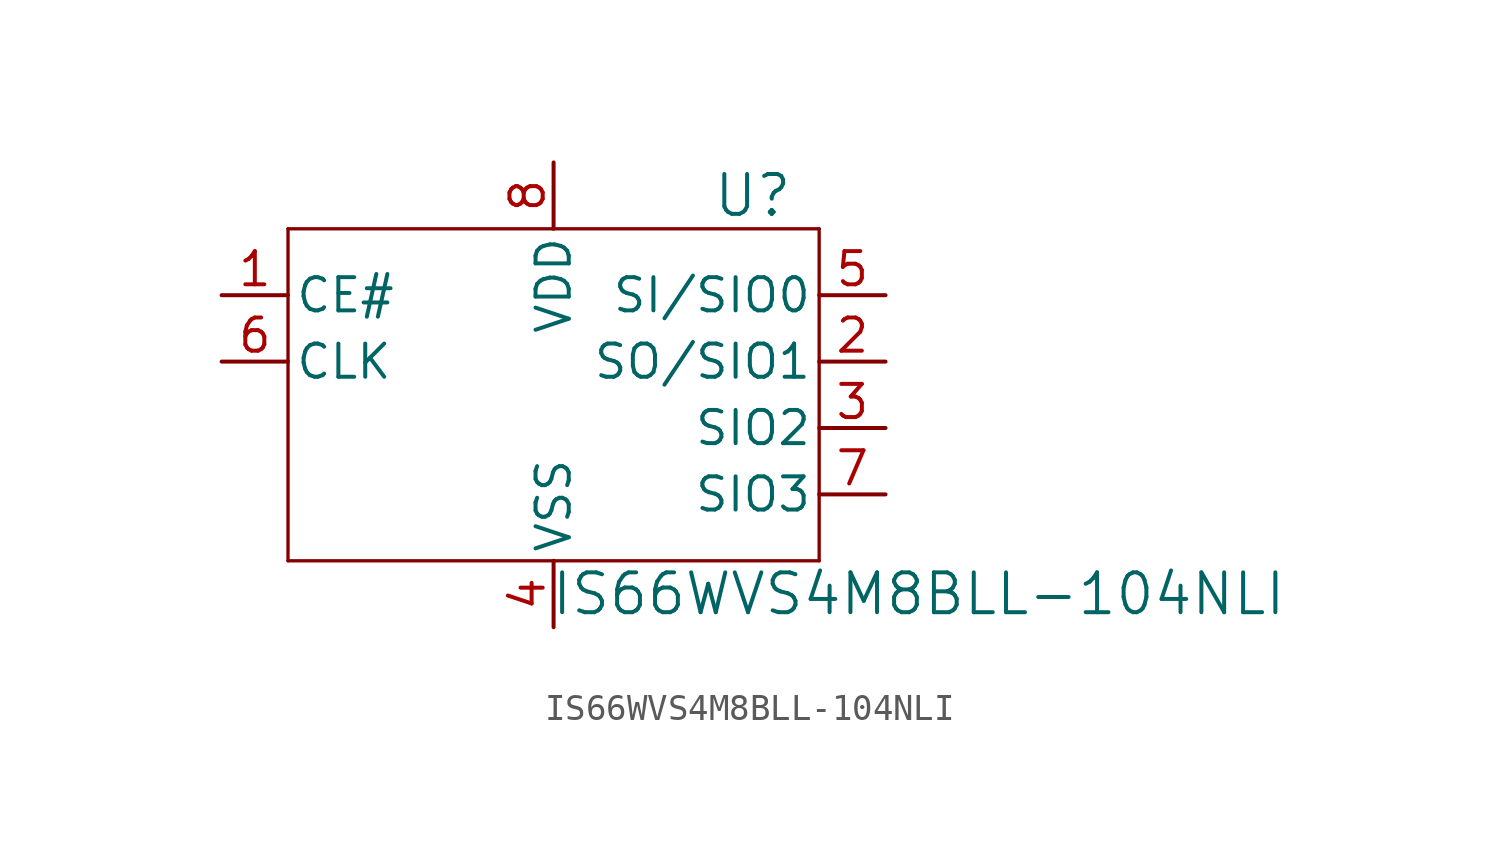
<source format=kicad_sym>
(kicad_symbol_lib
  (version 20231120)
  (generator "kicad_symbol_editor")
  (generator_version "8.0")
  (symbol "IS66WVS4M8BLL-104NLI"
    (pin_names
      (offset 0.254))
    (property "Reference" "U"
      (at 17.78 13.97 0)
      (effects (font (size 1.524 1.524))))
    (property "Value" "IS66WVS4M8BLL-104NLI"
      (at 24.13 -1.27 0)
      (effects (font (size 1.524 1.524))))
    (property "ki_locked" ""
      (at 0 0 0)
      (effects (font (size 1.27 1.27))))
    (symbol "IS66WVS4M8BLL-104NLI_0_1"
      (polyline (pts (xy 0 0) (xy 20.32 0)) (stroke (width 0.127) (type default)) (fill (type none)))
      (polyline (pts (xy 0 12.7) (xy 0 0)) (stroke (width 0.127) (type default)) (fill (type none)))
      (polyline (pts (xy 20.32 0) (xy 20.32 12.7)) (stroke (width 0.127) (type default)) (fill (type none)))
      (polyline (pts (xy 20.32 12.7) (xy 0 12.7)) (stroke (width 0.127) (type default)) (fill (type none))))
    (symbol "IS66WVS4M8BLL-104NLI_1_1"
      (pin input line (at -2.54 10.16 0) (length 2.54) (name "CE#" (effects (font (size 1.27 1.27)))) (number "1" (effects (font (size 1.27 1.27)))))
      (pin bidirectional line (at 22.86 7.62 180) (length 2.54) (name "SO/SIO1" (effects (font (size 1.27 1.27)))) (number "2" (effects (font (size 1.27 1.27)))))
      (pin bidirectional line (at 22.86 5.08 180) (length 2.54) (name "SIO2" (effects (font (size 1.27 1.27)))) (number "3" (effects (font (size 1.27 1.27)))))
      (pin power_out line (at 10.16 -2.54 90) (length 2.54) (name "VSS" (effects (font (size 1.27 1.27)))) (number "4" (effects (font (size 1.27 1.27)))))
      (pin bidirectional line (at 22.86 10.16 180) (length 2.54) (name "SI/SIO0" (effects (font (size 1.27 1.27)))) (number "5" (effects (font (size 1.27 1.27)))))
      (pin input line (at -2.54 7.62 0) (length 2.54) (name "CLK" (effects (font (size 1.27 1.27)))) (number "6" (effects (font (size 1.27 1.27)))))
      (pin bidirectional line (at 22.86 2.54 180) (length 2.54) (name "SIO3" (effects (font (size 1.27 1.27)))) (number "7" (effects (font (size 1.27 1.27)))))
      (pin power_in line (at 10.16 15.24 270) (length 2.54) (name "VDD" (effects (font (size 1.27 1.27)))) (number "8" (effects (font (size 1.27 1.27))))))))
</source>
